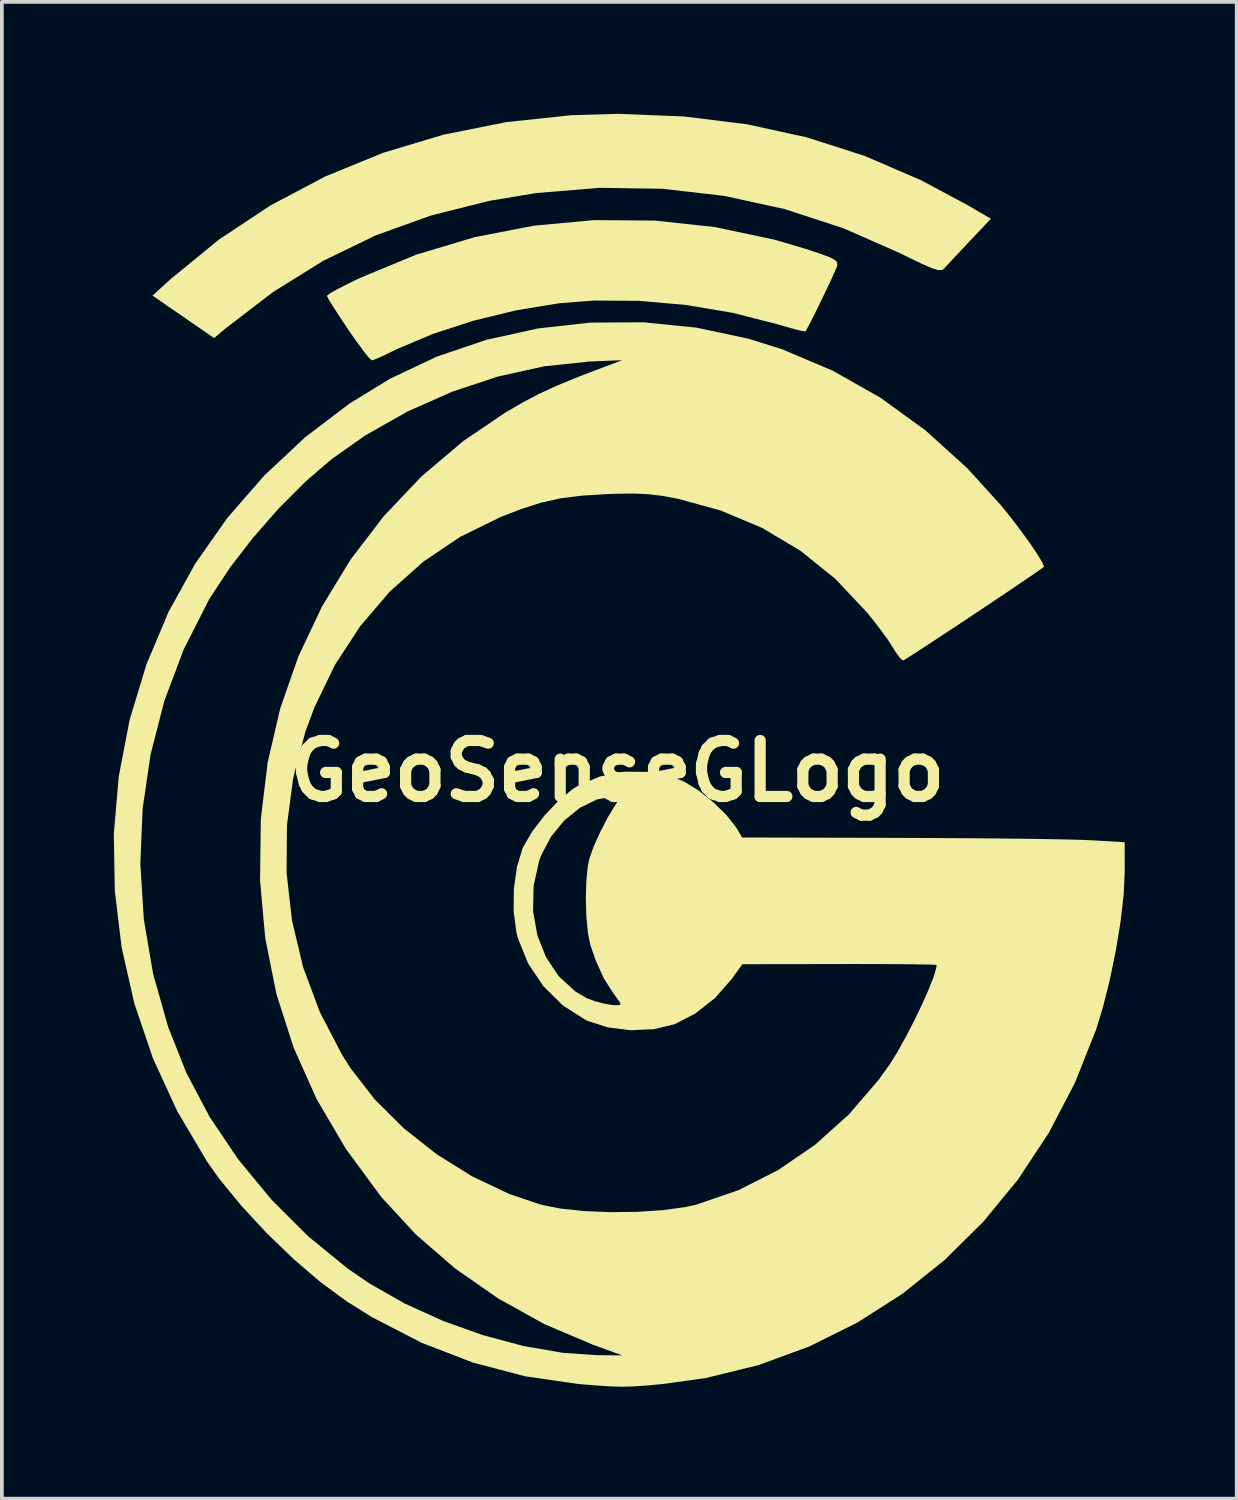
<source format=kicad_pcb>
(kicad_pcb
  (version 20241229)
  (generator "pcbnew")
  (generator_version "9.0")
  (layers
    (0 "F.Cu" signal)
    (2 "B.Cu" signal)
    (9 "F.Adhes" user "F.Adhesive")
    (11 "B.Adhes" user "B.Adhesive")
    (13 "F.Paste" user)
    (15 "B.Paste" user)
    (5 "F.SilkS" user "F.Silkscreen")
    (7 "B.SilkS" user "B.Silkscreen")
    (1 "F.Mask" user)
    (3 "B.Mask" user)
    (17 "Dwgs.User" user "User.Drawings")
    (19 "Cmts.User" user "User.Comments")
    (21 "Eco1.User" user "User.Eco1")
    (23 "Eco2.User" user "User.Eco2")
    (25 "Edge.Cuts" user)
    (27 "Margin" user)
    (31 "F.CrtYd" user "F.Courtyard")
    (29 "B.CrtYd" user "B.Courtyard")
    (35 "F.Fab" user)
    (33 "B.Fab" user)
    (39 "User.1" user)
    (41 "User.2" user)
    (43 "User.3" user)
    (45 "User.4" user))
  (footprint "GeoSenseGLogo"
    (layer "F.Cu")
    (at 13.497 17.613)
    (property "Reference" "GeoSenseGLogo" (at 0 0 0) (layer "F.SilkS") (effects (font (size 1.5 1.5) (thickness 0.3))))
    (attr board_only exclude_from_pos_files exclude_from_bom)
    (fp_poly (pts (xy 1.774 -17.543) (xy 3.461 -17.334) (xy 5.074 -16.982) (xy 6.627 -16.483) (xy 8.134 -15.833) (xy 9.383 -15.164) (xy 10.004 -14.802) (xy 9.431 -14.195) (xy 9.173 -13.922) (xy 8.951 -13.684) (xy 8.795 -13.517) (xy 8.749 -13.466) (xy 8.685 -13.426) (xy 8.584 -13.427) (xy 8.418 -13.479) (xy 8.164 -13.589) (xy 7.797 -13.767) (xy 7.6 -13.865) (xy 6.06 -14.544) (xy 4.476 -15.061) (xy 2.853 -15.415) (xy 1.198 -15.605) (xy -0.483 -15.63) (xy -2.183 -15.49) (xy -3.442 -15.28) (xy -5.006 -14.887) (xy -6.483 -14.355) (xy -7.885 -13.675) (xy -9.225 -12.843) (xy -10.506 -11.861) (xy -10.81 -11.605) (xy -11.636 -12.174) (xy -12.461 -12.742) (xy -11.967 -13.191) (xy -10.68 -14.244) (xy -9.298 -15.16) (xy -7.829 -15.936) (xy -6.282 -16.568) (xy -4.663 -17.055) (xy -2.981 -17.391) (xy -1.243 -17.576) (xy 0 -17.613)) (stroke (width 0) (type solid)) (fill yes) (layer "F.SilkS"))
    (fp_poly (pts (xy 0.994 -14.753) (xy 2.608 -14.579) (xy 4.203 -14.241) (xy 5.017 -14.002) (xy 5.413 -13.871) (xy 5.672 -13.776) (xy 5.82 -13.701) (xy 5.883 -13.633) (xy 5.887 -13.557) (xy 5.877 -13.52) (xy 5.823 -13.388) (xy 5.716 -13.153) (xy 5.575 -12.854) (xy 5.419 -12.531) (xy 5.268 -12.223) (xy 5.14 -11.971) (xy 5.055 -11.813) (xy 5.035 -11.783) (xy 4.948 -11.793) (xy 4.738 -11.845) (xy 4.442 -11.928) (xy 4.291 -11.973) (xy 3.092 -12.279) (xy 1.838 -12.491) (xy 0.576 -12.602) (xy -0.646 -12.61) (xy -1.574 -12.536) (xy -2.716 -12.348) (xy -3.851 -12.072) (xy -4.93 -11.722) (xy -5.904 -11.313) (xy -6.082 -11.225) (xy -6.33 -11.106) (xy -6.517 -11.027) (xy -6.586 -11.007) (xy -6.659 -11.073) (xy -6.803 -11.253) (xy -6.999 -11.519) (xy -7.224 -11.843) (xy -7.444 -12.173) (xy -7.624 -12.452) (xy -7.745 -12.65) (xy -7.789 -12.737) (xy -7.718 -12.794) (xy -7.523 -12.905) (xy -7.235 -13.054) (xy -6.921 -13.207) (xy -5.403 -13.836) (xy -3.839 -14.306) (xy -2.243 -14.616) (xy -0.628 -14.765)) (stroke (width 0) (type solid)) (fill yes) (layer "F.SilkS"))
    (fp_poly (pts (xy 2.112 -11.884) (xy 3.498 -11.59) (xy 4.413 -11.303) (xy 5.764 -10.731) (xy 7.045 -10.006) (xy 8.25 -9.132) (xy 9.375 -8.114) (xy 10.284 -7.112) (xy 10.551 -6.781) (xy 10.812 -6.437) (xy 11.049 -6.109) (xy 11.242 -5.823) (xy 11.374 -5.606) (xy 11.425 -5.486) (xy 11.422 -5.473) (xy 11.3 -5.384) (xy 11.068 -5.223) (xy 10.748 -5.006) (xy 10.363 -4.746) (xy 9.936 -4.46) (xy 9.489 -4.162) (xy 9.045 -3.867) (xy 8.625 -3.59) (xy 8.254 -3.347) (xy 7.952 -3.151) (xy 7.744 -3.019) (xy 7.651 -2.965) (xy 7.648 -2.964) (xy 7.568 -3.031) (xy 7.446 -3.201) (xy 7.386 -3.301) (xy 7.243 -3.521) (xy 7.027 -3.817) (xy 6.778 -4.137) (xy 6.684 -4.253) (xy 5.835 -5.153) (xy 4.897 -5.908) (xy 3.869 -6.52) (xy 2.751 -6.989) (xy 1.609 -7.3) (xy 1.199 -7.376) (xy 0.823 -7.421) (xy 0.421 -7.438) (xy -0.065 -7.432) (xy -0.296 -7.423) (xy -0.966 -7.382) (xy -1.531 -7.31) (xy -2.055 -7.192) (xy -2.604 -7.015) (xy -3.123 -6.814) (xy -4.212 -6.281) (xy -5.208 -5.609) (xy -6.106 -4.808) (xy -6.895 -3.885) (xy -7.57 -2.851) (xy -8.12 -1.714) (xy -8.364 -1.058) (xy -8.691 0.182) (xy -8.858 1.452) (xy -8.868 2.733) (xy -8.722 4.007) (xy -8.424 5.255) (xy -7.975 6.461) (xy -7.379 7.604) (xy -7.149 7.967) (xy -6.506 8.796) (xy -5.729 9.569) (xy -4.848 10.264) (xy -3.894 10.859) (xy -2.898 11.331) (xy -2.056 11.616) (xy -1.531 11.721) (xy -0.891 11.788) (xy -0.186 11.817) (xy 0.536 11.808) (xy 1.225 11.762) (xy 1.83 11.678) (xy 2.117 11.614) (xy 3.239 11.228) (xy 4.304 10.689) (xy 5.297 10.008) (xy 6.201 9.196) (xy 7.003 8.263) (xy 7.28 7.876) (xy 7.489 7.543) (xy 7.714 7.141) (xy 7.941 6.703) (xy 8.153 6.263) (xy 8.335 5.854) (xy 8.47 5.51) (xy 8.543 5.263) (xy 8.551 5.194) (xy 8.47 5.187) (xy 8.24 5.18) (xy 7.881 5.175) (xy 7.415 5.171) (xy 6.861 5.169) (xy 6.239 5.168) (xy 5.948 5.169) (xy 3.344 5.173) (xy 3.059 5.571) (xy 2.612 6.079) (xy 2.08 6.497) (xy 1.524 6.782) (xy 0.971 6.915) (xy 0.355 6.942) (xy -0.26 6.866) (xy -0.808 6.69) (xy -0.858 6.666) (xy -1.466 6.277) (xy -1.987 5.762) (xy -2.396 5.154) (xy -2.668 4.483) (xy -2.712 4.306) (xy -2.784 3.751) (xy -2.263 3.751) (xy -2.149 4.396) (xy -1.916 4.986) (xy -1.574 5.497) (xy -1.131 5.903) (xy -0.827 6.082) (xy -0.606 6.166) (xy -0.354 6.232) (xy -0.122 6.269) (xy 0.04 6.27) (xy 0.085 6.239) (xy 0.039 6.162) (xy -0.076 5.999) (xy -0.133 5.922) (xy -0.377 5.536) (xy -0.588 5.064) (xy -0.728 4.657) (xy -0.794 4.333) (xy -0.835 3.9) (xy -0.849 3.418) (xy -0.836 2.945) (xy -0.796 2.54) (xy -0.759 2.358) (xy -0.645 2.033) (xy -0.468 1.638) (xy -0.263 1.242) (xy -0.063 0.912) (xy -0.032 0.868) (xy 0.055 0.731) (xy 0.027 0.683) (xy -0.086 0.677) (xy -0.548 0.757) (xy -1.005 0.98) (xy -1.427 1.322) (xy -1.785 1.758) (xy -2.05 2.263) (xy -2.1 2.4) (xy -2.249 3.077) (xy -2.263 3.751) (xy -2.784 3.751) (xy -2.784 3.746) (xy -2.777 3.144) (xy -2.695 2.564) (xy -2.545 2.071) (xy -2.527 2.03) (xy -2.291 1.624) (xy -1.965 1.198) (xy -1.592 0.803) (xy -1.22 0.493) (xy -1.077 0.401) (xy -0.473 0.143) (xy 0.185 0.015) (xy 0.853 0.02) (xy 1.488 0.159) (xy 1.805 0.293) (xy 2.181 0.525) (xy 2.57 0.837) (xy 2.92 1.179) (xy 3.176 1.505) (xy 3.2 1.543) (xy 3.339 1.778) (xy 7.575 1.788) (xy 8.441 1.792) (xy 9.285 1.797) (xy 10.084 1.803) (xy 10.819 1.811) (xy 11.469 1.82) (xy 12.012 1.83) (xy 12.428 1.841) (xy 12.695 1.852) (xy 12.7 1.852) (xy 13.589 1.905) (xy 13.59 2.709) (xy 13.562 3.308) (xy 13.481 4.016) (xy 13.356 4.785) (xy 13.196 5.566) (xy 13.01 6.312) (xy 12.826 6.917) (xy 12.257 8.349) (xy 11.557 9.69) (xy 10.736 10.934) (xy 9.803 12.072) (xy 8.766 13.097) (xy 7.637 14.002) (xy 6.422 14.778) (xy 5.133 15.418) (xy 3.777 15.915) (xy 2.365 16.261) (xy 1.207 16.423) (xy 0.769 16.463) (xy 0.423 16.486) (xy 0.117 16.494) (xy -0.204 16.485) (xy -0.59 16.459) (xy -1.058 16.421) (xy -2.477 16.215) (xy -3.879 15.846) (xy -5.249 15.317) (xy -6.572 14.635) (xy -7.265 14.202) (xy -7.955 13.695) (xy -8.679 13.075) (xy -9.398 12.381) (xy -10.072 11.654) (xy -10.663 10.934) (xy -10.997 10.465) (xy -11.801 9.106) (xy -12.452 7.687) (xy -12.948 6.223) (xy -13.288 4.724) (xy -13.471 3.203) (xy -13.483 2.488) (xy -12.787 2.488) (xy -12.694 3.964) (xy -12.446 5.424) (xy -12.042 6.854) (xy -11.552 8.086) (xy -10.93 9.264) (xy -10.162 10.405) (xy -9.273 11.481) (xy -8.288 12.465) (xy -7.229 13.329) (xy -6.638 13.733) (xy -5.7 14.267) (xy -4.674 14.732) (xy -3.6 15.115) (xy -2.518 15.404) (xy -1.467 15.586) (xy -0.55 15.649) (xy 0.127 15.655) (xy -0.665 15.367) (xy -1.964 14.815) (xy -3.202 14.127) (xy -4.358 13.321) (xy -5.406 12.413) (xy -6.323 11.419) (xy -6.339 11.399) (xy -7.281 10.119) (xy -8.062 8.788) (xy -8.681 7.405) (xy -9.141 5.968) (xy -9.44 4.477) (xy -9.579 2.929) (xy -9.559 1.325) (xy -9.554 1.243) (xy -9.374 -0.24) (xy -9.037 -1.685) (xy -8.549 -3.079) (xy -7.92 -4.41) (xy -7.156 -5.665) (xy -6.265 -6.831) (xy -5.256 -7.895) (xy -4.135 -8.844) (xy -3.006 -9.609) (xy -2.537 -9.882) (xy -2.089 -10.116) (xy -1.612 -10.335) (xy -1.055 -10.564) (xy -0.635 -10.725) (xy 0.127 -11.012) (xy -0.762 -10.975) (xy -1.967 -10.848) (xy -3.2 -10.575) (xy -4.431 -10.167) (xy -5.629 -9.636) (xy -6.761 -8.995) (xy -7.662 -8.36) (xy -8.361 -7.759) (xy -9.075 -7.044) (xy -9.763 -6.259) (xy -10.386 -5.452) (xy -10.904 -4.668) (xy -10.956 -4.579) (xy -11.626 -3.259) (xy -12.145 -1.877) (xy -12.512 -0.448) (xy -12.726 1.012) (xy -12.787 2.488) (xy -13.483 2.488) (xy -13.497 1.672) (xy -13.365 0.143) (xy -13.074 -1.372) (xy -12.623 -2.86) (xy -12.029 -4.271) (xy -11.314 -5.563) (xy -10.455 -6.785) (xy -9.468 -7.919) (xy -8.372 -8.946) (xy -7.182 -9.85) (xy -6.096 -10.515) (xy -4.84 -11.109) (xy -3.512 -11.558) (xy -2.134 -11.862) (xy -0.724 -12.019) (xy 0.698 -12.027)) (stroke (width 0) (type solid)) (fill yes) (layer "F.SilkS")))
  (gr_rect
    (start -3 -3)
    (end 30.088 37.107)
    (stroke (width 0.1) (type default))
    (fill no)
    (layer "Edge.Cuts")))
</source>
